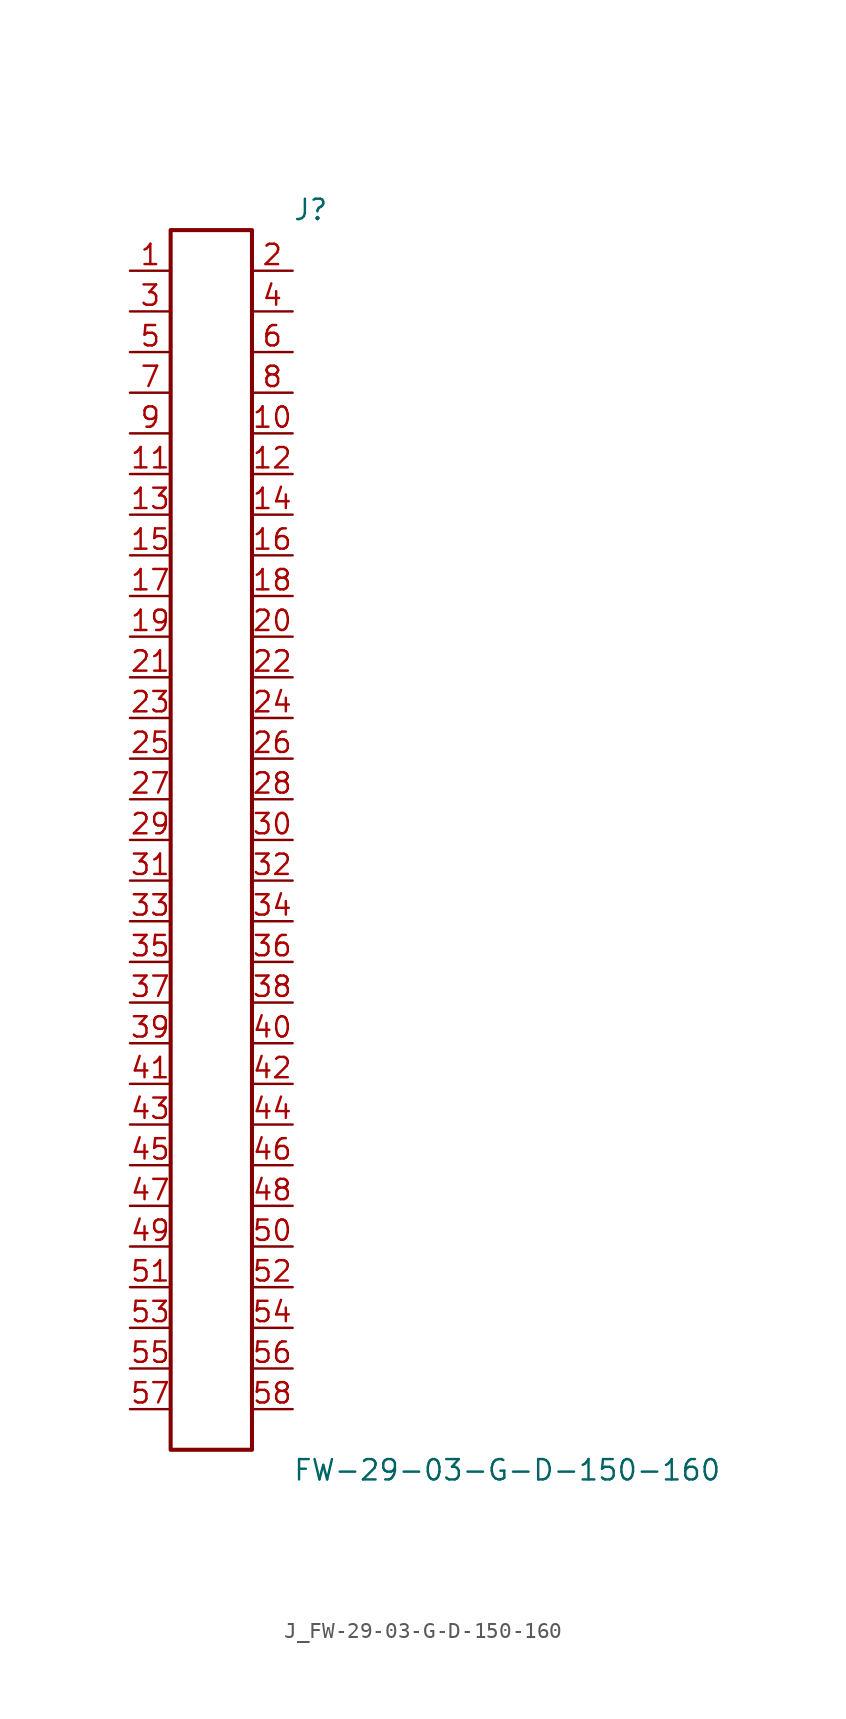
<source format=kicad_sym>
(kicad_symbol_lib
  (version 20231120)
  (generator kicad_symbol_editor)
  (generator_version 8.0)
  (symbol "J_FW-29-03-G-D-150-160"
    (pin_names
      (offset 0.254))
    (property "Reference" "J"
      (at 5.08 39.37 0)
      (effects (font (size 1.27 1.27)) (justify left)))
    (property "Value" "FW-29-03-G-D-150-160"
      (at 5.08 -39.37 0)
      (effects (font (size 1.27 1.27)) (justify left)))
    (symbol "J_FW-29-03-G-D-150-160_0_0"
      (pin passive line (at -5.08 35.56 0) (length 2.54) (name "" (effects (font (size 1.27 1.27)))) (number "1" (effects (font (size 1.27 1.27)))))
      (pin passive line (at 5.08 35.56 180) (length 2.54) (name "" (effects (font (size 1.27 1.27)))) (number "2" (effects (font (size 1.27 1.27)))))
      (pin passive line (at -5.08 33.02 0) (length 2.54) (name "" (effects (font (size 1.27 1.27)))) (number "3" (effects (font (size 1.27 1.27)))))
      (pin passive line (at 5.08 33.02 180) (length 2.54) (name "" (effects (font (size 1.27 1.27)))) (number "4" (effects (font (size 1.27 1.27)))))
      (pin passive line (at -5.08 30.48 0) (length 2.54) (name "" (effects (font (size 1.27 1.27)))) (number "5" (effects (font (size 1.27 1.27)))))
      (pin passive line (at 5.08 30.48 180) (length 2.54) (name "" (effects (font (size 1.27 1.27)))) (number "6" (effects (font (size 1.27 1.27)))))
      (pin passive line (at -5.08 27.94 0) (length 2.54) (name "" (effects (font (size 1.27 1.27)))) (number "7" (effects (font (size 1.27 1.27)))))
      (pin passive line (at 5.08 27.94 180) (length 2.54) (name "" (effects (font (size 1.27 1.27)))) (number "8" (effects (font (size 1.27 1.27)))))
      (pin passive line (at -5.08 25.4 0) (length 2.54) (name "" (effects (font (size 1.27 1.27)))) (number "9" (effects (font (size 1.27 1.27)))))
      (pin passive line (at 5.08 25.4 180) (length 2.54) (name "" (effects (font (size 1.27 1.27)))) (number "10" (effects (font (size 1.27 1.27)))))
      (pin passive line (at -5.08 22.86 0) (length 2.54) (name "" (effects (font (size 1.27 1.27)))) (number "11" (effects (font (size 1.27 1.27)))))
      (pin passive line (at 5.08 22.86 180) (length 2.54) (name "" (effects (font (size 1.27 1.27)))) (number "12" (effects (font (size 1.27 1.27)))))
      (pin passive line (at -5.08 20.32 0) (length 2.54) (name "" (effects (font (size 1.27 1.27)))) (number "13" (effects (font (size 1.27 1.27)))))
      (pin passive line (at 5.08 20.32 180) (length 2.54) (name "" (effects (font (size 1.27 1.27)))) (number "14" (effects (font (size 1.27 1.27)))))
      (pin passive line (at -5.08 17.78 0) (length 2.54) (name "" (effects (font (size 1.27 1.27)))) (number "15" (effects (font (size 1.27 1.27)))))
      (pin passive line (at 5.08 17.78 180) (length 2.54) (name "" (effects (font (size 1.27 1.27)))) (number "16" (effects (font (size 1.27 1.27)))))
      (pin passive line (at -5.08 15.24 0) (length 2.54) (name "" (effects (font (size 1.27 1.27)))) (number "17" (effects (font (size 1.27 1.27)))))
      (pin passive line (at 5.08 15.24 180) (length 2.54) (name "" (effects (font (size 1.27 1.27)))) (number "18" (effects (font (size 1.27 1.27)))))
      (pin passive line (at -5.08 12.7 0) (length 2.54) (name "" (effects (font (size 1.27 1.27)))) (number "19" (effects (font (size 1.27 1.27)))))
      (pin passive line (at 5.08 12.7 180) (length 2.54) (name "" (effects (font (size 1.27 1.27)))) (number "20" (effects (font (size 1.27 1.27)))))
      (pin passive line (at -5.08 10.16 0) (length 2.54) (name "" (effects (font (size 1.27 1.27)))) (number "21" (effects (font (size 1.27 1.27)))))
      (pin passive line (at 5.08 10.16 180) (length 2.54) (name "" (effects (font (size 1.27 1.27)))) (number "22" (effects (font (size 1.27 1.27)))))
      (pin passive line (at -5.08 7.62 0) (length 2.54) (name "" (effects (font (size 1.27 1.27)))) (number "23" (effects (font (size 1.27 1.27)))))
      (pin passive line (at 5.08 7.62 180) (length 2.54) (name "" (effects (font (size 1.27 1.27)))) (number "24" (effects (font (size 1.27 1.27)))))
      (pin passive line (at -5.08 5.08 0) (length 2.54) (name "" (effects (font (size 1.27 1.27)))) (number "25" (effects (font (size 1.27 1.27)))))
      (pin passive line (at 5.08 5.08 180) (length 2.54) (name "" (effects (font (size 1.27 1.27)))) (number "26" (effects (font (size 1.27 1.27)))))
      (pin passive line (at -5.08 2.54 0) (length 2.54) (name "" (effects (font (size 1.27 1.27)))) (number "27" (effects (font (size 1.27 1.27)))))
      (pin passive line (at 5.08 2.54 180) (length 2.54) (name "" (effects (font (size 1.27 1.27)))) (number "28" (effects (font (size 1.27 1.27)))))
      (pin passive line (at -5.08 0.0 0) (length 2.54) (name "" (effects (font (size 1.27 1.27)))) (number "29" (effects (font (size 1.27 1.27)))))
      (pin passive line (at 5.08 0.0 180) (length 2.54) (name "" (effects (font (size 1.27 1.27)))) (number "30" (effects (font (size 1.27 1.27)))))
      (pin passive line (at -5.08 -2.54 0) (length 2.54) (name "" (effects (font (size 1.27 1.27)))) (number "31" (effects (font (size 1.27 1.27)))))
      (pin passive line (at 5.08 -2.54 180) (length 2.54) (name "" (effects (font (size 1.27 1.27)))) (number "32" (effects (font (size 1.27 1.27)))))
      (pin passive line (at -5.08 -5.08 0) (length 2.54) (name "" (effects (font (size 1.27 1.27)))) (number "33" (effects (font (size 1.27 1.27)))))
      (pin passive line (at 5.08 -5.08 180) (length 2.54) (name "" (effects (font (size 1.27 1.27)))) (number "34" (effects (font (size 1.27 1.27)))))
      (pin passive line (at -5.08 -7.62 0) (length 2.54) (name "" (effects (font (size 1.27 1.27)))) (number "35" (effects (font (size 1.27 1.27)))))
      (pin passive line (at 5.08 -7.62 180) (length 2.54) (name "" (effects (font (size 1.27 1.27)))) (number "36" (effects (font (size 1.27 1.27)))))
      (pin passive line (at -5.08 -10.16 0) (length 2.54) (name "" (effects (font (size 1.27 1.27)))) (number "37" (effects (font (size 1.27 1.27)))))
      (pin passive line (at 5.08 -10.16 180) (length 2.54) (name "" (effects (font (size 1.27 1.27)))) (number "38" (effects (font (size 1.27 1.27)))))
      (pin passive line (at -5.08 -12.7 0) (length 2.54) (name "" (effects (font (size 1.27 1.27)))) (number "39" (effects (font (size 1.27 1.27)))))
      (pin passive line (at 5.08 -12.7 180) (length 2.54) (name "" (effects (font (size 1.27 1.27)))) (number "40" (effects (font (size 1.27 1.27)))))
      (pin passive line (at -5.08 -15.24 0) (length 2.54) (name "" (effects (font (size 1.27 1.27)))) (number "41" (effects (font (size 1.27 1.27)))))
      (pin passive line (at 5.08 -15.24 180) (length 2.54) (name "" (effects (font (size 1.27 1.27)))) (number "42" (effects (font (size 1.27 1.27)))))
      (pin passive line (at -5.08 -17.78 0) (length 2.54) (name "" (effects (font (size 1.27 1.27)))) (number "43" (effects (font (size 1.27 1.27)))))
      (pin passive line (at 5.08 -17.78 180) (length 2.54) (name "" (effects (font (size 1.27 1.27)))) (number "44" (effects (font (size 1.27 1.27)))))
      (pin passive line (at -5.08 -20.32 0) (length 2.54) (name "" (effects (font (size 1.27 1.27)))) (number "45" (effects (font (size 1.27 1.27)))))
      (pin passive line (at 5.08 -20.32 180) (length 2.54) (name "" (effects (font (size 1.27 1.27)))) (number "46" (effects (font (size 1.27 1.27)))))
      (pin passive line (at -5.08 -22.86 0) (length 2.54) (name "" (effects (font (size 1.27 1.27)))) (number "47" (effects (font (size 1.27 1.27)))))
      (pin passive line (at 5.08 -22.86 180) (length 2.54) (name "" (effects (font (size 1.27 1.27)))) (number "48" (effects (font (size 1.27 1.27)))))
      (pin passive line (at -5.08 -25.4 0) (length 2.54) (name "" (effects (font (size 1.27 1.27)))) (number "49" (effects (font (size 1.27 1.27)))))
      (pin passive line (at 5.08 -25.4 180) (length 2.54) (name "" (effects (font (size 1.27 1.27)))) (number "50" (effects (font (size 1.27 1.27)))))
      (pin passive line (at -5.08 -27.94 0) (length 2.54) (name "" (effects (font (size 1.27 1.27)))) (number "51" (effects (font (size 1.27 1.27)))))
      (pin passive line (at 5.08 -27.94 180) (length 2.54) (name "" (effects (font (size 1.27 1.27)))) (number "52" (effects (font (size 1.27 1.27)))))
      (pin passive line (at -5.08 -30.48 0) (length 2.54) (name "" (effects (font (size 1.27 1.27)))) (number "53" (effects (font (size 1.27 1.27)))))
      (pin passive line (at 5.08 -30.48 180) (length 2.54) (name "" (effects (font (size 1.27 1.27)))) (number "54" (effects (font (size 1.27 1.27)))))
      (pin passive line (at -5.08 -33.02 0) (length 2.54) (name "" (effects (font (size 1.27 1.27)))) (number "55" (effects (font (size 1.27 1.27)))))
      (pin passive line (at 5.08 -33.02 180) (length 2.54) (name "" (effects (font (size 1.27 1.27)))) (number "56" (effects (font (size 1.27 1.27)))))
      (pin passive line (at -5.08 -35.56 0) (length 2.54) (name "" (effects (font (size 1.27 1.27)))) (number "57" (effects (font (size 1.27 1.27)))))
      (pin passive line (at 5.08 -35.56 180) (length 2.54) (name "" (effects (font (size 1.27 1.27)))) (number "58" (effects (font (size 1.27 1.27))))))
    (symbol "J_FW-29-03-G-D-150-160_1_0"
      (rectangle (start -2.54 38.1) (end 2.54 -38.1) (stroke (width 0.254) (type solid)) (fill (type none))))))
</source>
